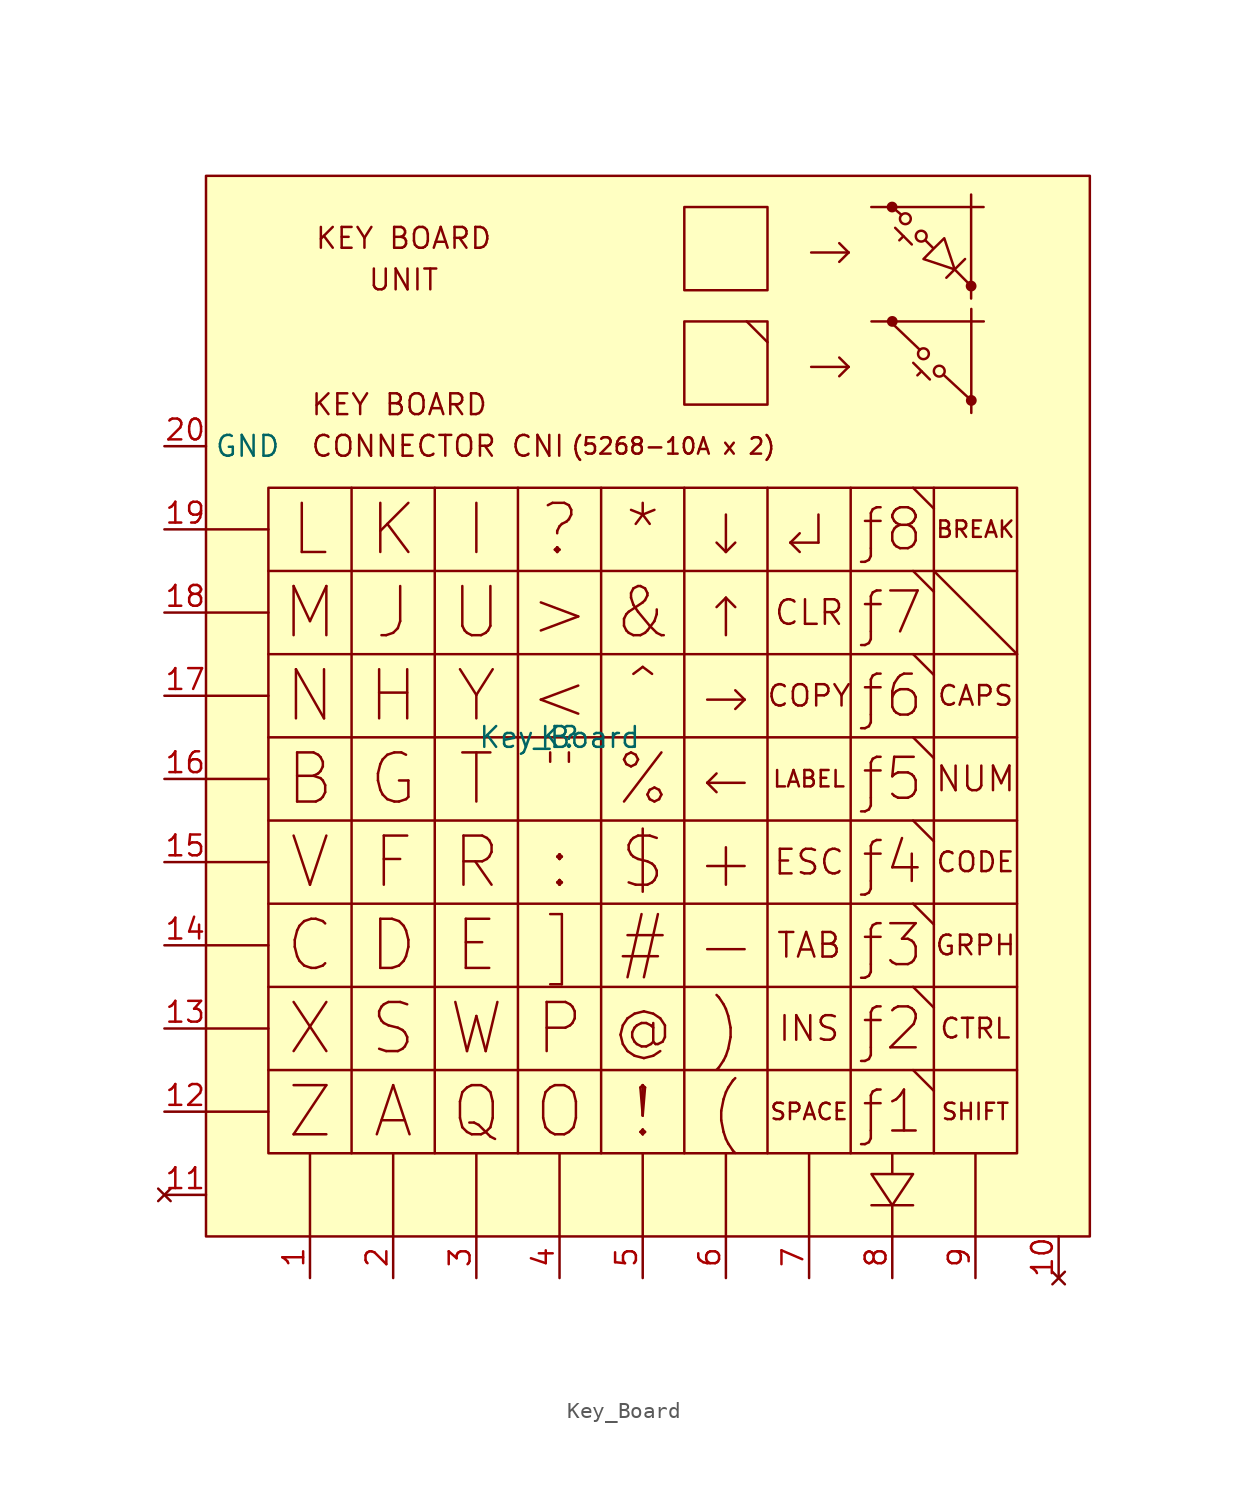
<source format=kicad_sym>
(kicad_symbol_lib
  (version 20211014)
  (generator kicad_symbol_editor)
  (symbol "Key_Board"
    (property "Reference" "K"
      (at 0 -1.27 0)
      (effects (font (size 1.27 1.27))))
    (property "Value" "Key_Board"
      (at 0 -1.27 0)
      (effects (font (size 1.27 1.27))))
    (symbol "Key_Board_0_0"
      (rectangle (start -21.59 33.02) (end 32.385 -31.75) (stroke (width 0) (type default) (color 0 0 0 0)) (fill (type background)))
      (polyline (pts (xy -21.59 -24.13) (xy -17.78 -24.13)) (stroke (width 0) (type default) (color 0 0 0 0)) (fill (type none)))
      (polyline (pts (xy -21.59 -19.05) (xy -17.78 -19.05)) (stroke (width 0) (type default) (color 0 0 0 0)) (fill (type none)))
      (polyline (pts (xy -21.59 -13.97) (xy -17.78 -13.97)) (stroke (width 0) (type default) (color 0 0 0 0)) (fill (type none)))
      (polyline (pts (xy -21.59 -8.89) (xy -17.78 -8.89)) (stroke (width 0) (type default) (color 0 0 0 0)) (fill (type none)))
      (polyline (pts (xy -21.59 -3.81) (xy -17.78 -3.81)) (stroke (width 0) (type default) (color 0 0 0 0)) (fill (type none)))
      (polyline (pts (xy -21.59 1.27) (xy -17.78 1.27)) (stroke (width 0) (type default) (color 0 0 0 0)) (fill (type none)))
      (polyline (pts (xy -21.59 6.35) (xy -17.78 6.35)) (stroke (width 0) (type default) (color 0 0 0 0)) (fill (type none)))
      (polyline (pts (xy -21.59 11.43) (xy -17.78 11.43)) (stroke (width 0) (type default) (color 0 0 0 0)) (fill (type none)))
      (polyline (pts (xy -15.24 -31.75) (xy -15.24 -26.67)) (stroke (width 0) (type default) (color 0 0 0 0)) (fill (type none)))
      (polyline (pts (xy -10.16 -31.75) (xy -10.16 -26.67)) (stroke (width 0) (type default) (color 0 0 0 0)) (fill (type none)))
      (polyline (pts (xy -5.08 -31.75) (xy -5.08 -26.67)) (stroke (width 0) (type default) (color 0 0 0 0)) (fill (type none)))
      (polyline (pts (xy 0 -31.75) (xy 0 -26.67)) (stroke (width 0) (type default) (color 0 0 0 0)) (fill (type none)))
      (polyline (pts (xy 5.08 -31.75) (xy 5.08 -26.67)) (stroke (width 0) (type default) (color 0 0 0 0)) (fill (type none)))
      (polyline (pts (xy 10.16 -31.75) (xy 10.16 -26.67)) (stroke (width 0) (type default) (color 0 0 0 0)) (fill (type none)))
      (polyline (pts (xy 11.43 24.13) (xy 12.7 22.86)) (stroke (width 0) (type default) (color 0 0 0 0)) (fill (type none)))
      (polyline (pts (xy 15.24 -31.75) (xy 15.24 -26.67)) (stroke (width 0) (type default) (color 0 0 0 0)) (fill (type none)))
      (polyline (pts (xy 19.039 31.115) (xy 25.897 31.115)) (stroke (width 0) (type default) (color 0 0 0 0)) (fill (type none)))
      (polyline (pts (xy 19.05 -29.845) (xy 21.59 -29.845)) (stroke (width 0) (type default) (color 0 0 0 0)) (fill (type none)))
      (polyline (pts (xy 19.05 24.13) (xy 25.908 24.13)) (stroke (width 0) (type default) (color 0 0 0 0)) (fill (type none)))
      (polyline (pts (xy 20.32 -29.845) (xy 20.32 -31.75)) (stroke (width 0) (type default) (color 0 0 0 0)) (fill (type none)))
      (polyline (pts (xy 20.32 24.003) (xy 22 22.4)) (stroke (width 0) (type default) (color 0 0 0 0)) (fill (type none)))
      (polyline (pts (xy 20.497 29.845) (xy 21.513 28.829)) (stroke (width 0) (type default) (color 0 0 0 0)) (fill (type none)))
      (polyline (pts (xy 20.88 30.64) (xy 20.309 31.115)) (stroke (width 0) (type default) (color 0 0 0 0)) (fill (type none)))
      (polyline (pts (xy 21.005 29.337) (xy 20.751 29.083)) (stroke (width 0) (type default) (color 0 0 0 0)) (fill (type none)))
      (polyline (pts (xy 21.59 -21.59) (xy 22.86 -22.86)) (stroke (width 0) (type default) (color 0 0 0 0)) (fill (type none)))
      (polyline (pts (xy 21.59 -16.51) (xy 22.86 -17.78)) (stroke (width 0) (type default) (color 0 0 0 0)) (fill (type none)))
      (polyline (pts (xy 21.59 -11.43) (xy 22.86 -12.7)) (stroke (width 0) (type default) (color 0 0 0 0)) (fill (type none)))
      (polyline (pts (xy 21.59 -6.35) (xy 22.86 -7.62)) (stroke (width 0) (type default) (color 0 0 0 0)) (fill (type none)))
      (polyline (pts (xy 21.59 -1.27) (xy 22.86 -2.54)) (stroke (width 0) (type default) (color 0 0 0 0)) (fill (type none)))
      (polyline (pts (xy 21.59 3.81) (xy 22.86 2.54)) (stroke (width 0) (type default) (color 0 0 0 0)) (fill (type none)))
      (polyline (pts (xy 21.59 8.89) (xy 22.86 7.62)) (stroke (width 0) (type default) (color 0 0 0 0)) (fill (type none)))
      (polyline (pts (xy 21.59 13.97) (xy 22.86 12.7)) (stroke (width 0) (type default) (color 0 0 0 0)) (fill (type none)))
      (polyline (pts (xy 21.6 21.6) (xy 22.616 20.584)) (stroke (width 0) (type default) (color 0 0 0 0)) (fill (type none)))
      (polyline (pts (xy 22.108 21.092) (xy 21.854 20.838)) (stroke (width 0) (type default) (color 0 0 0 0)) (fill (type none)))
      (polyline (pts (xy 22.86 8.89) (xy 27.94 3.81)) (stroke (width 0) (type default) (color 0 0 0 0)) (fill (type none)))
      (polyline (pts (xy 23.44 20.88) (xy 25.146 19.304)) (stroke (width 0) (type default) (color 0 0 0 0)) (fill (type none)))
      (polyline (pts (xy 24.13 27.305) (xy 25.135 26.289)) (stroke (width 0) (type default) (color 0 0 0 0)) (fill (type none)))
      (polyline (pts (xy 24.765 27.94) (xy 23.622 26.797)) (stroke (width 0) (type default) (color 0 0 0 0)) (fill (type none)))
      (polyline (pts (xy 25.135 31.877) (xy 25.135 25.527)) (stroke (width 0) (type default) (color 0 0 0 0)) (fill (type none)))
      (polyline (pts (xy 25.146 24.892) (xy 25.146 18.542)) (stroke (width 0) (type default) (color 0 0 0 0)) (fill (type none)))
      (polyline (pts (xy 25.4 -31.75) (xy 25.4 -26.67)) (stroke (width 0) (type default) (color 0 0 0 0)) (fill (type none)))
      (polyline (pts (xy 20.32 -26.67) (xy 20.32 -27.94) (xy 19.05 -27.94) (xy 20.32 -29.845) (xy 21.59 -27.94) (xy 20.32 -27.94)) (stroke (width 0) (type default) (color 0 0 0 0)) (fill (type none)))
      (polyline (pts (xy 22.341 29.083) (xy 22.849 28.575) (xy 22.225 27.94) (xy 24.13 27.305) (xy 23.495 29.21) (xy 22.849 28.575)) (stroke (width 0) (type default) (color 0 0 0 0)) (fill (type none)))
      (rectangle (start 7.62 24.13) (end 12.7 19.05) (stroke (width 0) (type default) (color 0 0 0 0)) (fill (type none)))
      (rectangle (start 7.62 31.115) (end 12.7 26.035) (stroke (width 0) (type default) (color 0 0 0 0)) (fill (type none)))
      (circle (center 20.309 31.115) (radius 0.254) (stroke (width 0) (type default) (color 0 0 0 0)) (fill (type outline)))
      (circle (center 20.32 24.13) (radius 0.254) (stroke (width 0) (type default) (color 0 0 0 0)) (fill (type outline)))
      (circle (center 21.12 30.4) (radius 0.33) (stroke (width 0) (type default) (color 0 0 0 0)) (fill (type none)))
      (circle (center 22.087 29.337) (radius 0.33) (stroke (width 0) (type default) (color 0 0 0 0)) (fill (type none)))
      (circle (center 22.223 22.155) (radius 0.33) (stroke (width 0) (type default) (color 0 0 0 0)) (fill (type none)))
      (circle (center 23.19 21.092) (radius 0.33) (stroke (width 0) (type default) (color 0 0 0 0)) (fill (type none)))
      (circle (center 25.135 26.289) (radius 0.254) (stroke (width 0) (type default) (color 0 0 0 0)) (fill (type outline)))
      (circle (center 25.146 19.304) (radius 0.254) (stroke (width 0) (type default) (color 0 0 0 0)) (fill (type outline)))
      (text "!" (at 5.08 -24.13 0) (effects (font (size 3 3))))
      (text "\"" (at 0 -3.81 0) (effects (font (size 3 3))))
      (text "#" (at 5.08 -13.97 0) (effects (font (size 3 3))))
      (text "$" (at 5.08 -8.89 0) (effects (font (size 3 3))))
      (text "%" (at 5.08 -3.81 0) (effects (font (size 3 3))))
      (text "&" (at 5.08 6.35 0) (effects (font (size 3 3))))
      (text "(" (at 10.16 -24.13 0) (effects (font (size 3 3))))
      (text "(5268-10A x 2)" (at 0.635 16.51 0) (effects (font (size 1 1)) (justify left)))
      (text ")" (at 10.16 -19.05 0) (effects (font (size 3 3))))
      (text "*" (at 5.08 11.43 0) (effects (font (size 3 3))))
      (text "+" (at 10.16 -8.89 0) (effects (font (size 3 3))))
      (text "-" (at 10.16 -13.97 0) (effects (font (size 3 3))))
      (text ":" (at 0 -8.89 0) (effects (font (size 3 3))))
      (text "<" (at 0 1.27 0) (effects (font (size 3 3))))
      (text ">" (at 0 6.35 0) (effects (font (size 3 3))))
      (text "?" (at 0 11.43 0) (effects (font (size 3 3))))
      (text "@" (at 5.08 -19.05 0) (effects (font (size 3 3))))
      (text "]" (at 0 -13.97 0) (effects (font (size 3 3))))
      (text "^" (at 5.08 1.27 0) (effects (font (size 3 3))))
      (text "A" (at -10.16 -24.13 0) (effects (font (size 3 3))))
      (text "B" (at -15.24 -3.81 0) (effects (font (size 3 3))))
      (text "BREAK" (at 25.4 11.43 0) (effects (font (size 1 1))))
      (text "C" (at -15.24 -13.97 0) (effects (font (size 3 3))))
      (text "CAPS" (at 25.4 1.27 0) (effects (font (size 1.2 1.2))))
      (text "CLR" (at 15.24 6.35 0) (effects (font (size 1.5 1.5))))
      (text "CODE" (at 25.4 -8.89 0) (effects (font (size 1.2 1.2))))
      (text "CONNECTOR CNI" (at -15.24 16.51 0) (effects (font (size 1.27 1.27)) (justify left)))
      (text "COPY" (at 15.24 1.27 0) (effects (font (size 1.3 1.3))))
      (text "CTRL" (at 25.4 -19.05 0) (effects (font (size 1.2 1.2))))
      (text "D" (at -10.16 -13.97 0) (effects (font (size 3 3))))
      (text "E" (at -5.08 -13.97 0) (effects (font (size 3 3))))
      (text "ESC" (at 15.24 -8.89 0) (effects (font (size 1.5 1.5))))
      (text "F" (at -10.16 -8.89 0) (effects (font (size 3 3))))
      (text "G" (at -10.16 -3.81 0) (effects (font (size 3 3))))
      (text "GRPH" (at 25.4 -13.97 0) (effects (font (size 1.2 1.2))))
      (text "H" (at -10.16 1.27 0) (effects (font (size 3 3))))
      (text "I" (at -5.08 11.43 0) (effects (font (size 3 3))))
      (text "INS" (at 15.24 -19.05 0) (effects (font (size 1.5 1.5))))
      (text "J" (at -10.16 6.35 0) (effects (font (size 3 3))))
      (text "K" (at -10.16 11.43 0) (effects (font (size 3 3))))
      (text "KEY BOARD" (at -15.24 19.05 0) (effects (font (size 1.27 1.27)) (justify left)))
      (text "KEY BOARD" (at -9.525 29.21 0) (effects (font (size 1.27 1.27))))
      (text "L" (at -15.24 11.43 0) (effects (font (size 3 3))))
      (text "LABEL" (at 15.24 -3.81 0) (effects (font (size 1 1))))
      (text "M" (at -15.24 6.35 0) (effects (font (size 3 3))))
      (text "N" (at -15.24 1.27 0) (effects (font (size 3 3))))
      (text "NUM" (at 25.4 -3.81 0) (effects (font (size 1.5 1.5))))
      (text "O" (at 0 -24.13 0) (effects (font (size 3 3))))
      (text "P" (at 0 -19.05 0) (effects (font (size 3 3))))
      (text "Q" (at -5.08 -24.13 0) (effects (font (size 3 3))))
      (text "R" (at -5.08 -8.89 0) (effects (font (size 3 3))))
      (text "S" (at -10.16 -19.05 0) (effects (font (size 3 3))))
      (text "SHIFT" (at 25.4 -24.13 0) (effects (font (size 1 1))))
      (text "SPACE" (at 15.24 -24.13 0) (effects (font (size 1 1))))
      (text "T" (at -5.08 -3.81 0) (effects (font (size 3 3))))
      (text "TAB" (at 15.24 -13.97 0) (effects (font (size 1.5 1.5))))
      (text "U" (at -5.08 6.35 0) (effects (font (size 3 3))))
      (text "UNIT" (at -9.525 26.67 0) (effects (font (size 1.27 1.27))))
      (text "V" (at -15.24 -8.89 0) (effects (font (size 3 3))))
      (text "W" (at -5.08 -19.05 0) (effects (font (size 3 3))))
      (text "X" (at -15.24 -19.05 0) (effects (font (size 3 3))))
      (text "Y" (at -5.08 1.27 0) (effects (font (size 3 3))))
      (text "Z" (at -15.24 -24.13 0) (effects (font (size 3 3))))
      (text "ƒ1" (at 20.32 -24.13 0) (effects (font (size 2.5 2.5))))
      (text "ƒ2" (at 20.32 -19.05 0) (effects (font (size 2.5 2.5))))
      (text "ƒ3" (at 20.32 -13.97 0) (effects (font (size 2.5 2.5))))
      (text "ƒ4" (at 20.32 -8.89 0) (effects (font (size 2.5 2.5))))
      (text "ƒ5" (at 20.32 -3.81 0) (effects (font (size 2.5 2.5))))
      (text "ƒ6" (at 20.32 1.27 0) (effects (font (size 2.5 2.5))))
      (text "ƒ7" (at 20.32 6.35 0) (effects (font (size 2.5 2.5))))
      (text "ƒ8" (at 20.32 11.43 0) (effects (font (size 2.5 2.5))))
      (text "←" (at 10.16 -3.81 0) (effects (font (size 3 3))))
      (text "↑" (at 10.16 6.35 0) (effects (font (size 3 3))))
      (text "→" (at 10.16 1.27 0) (effects (font (size 3 3))))
      (text "→" (at 16.51 21.59 0) (effects (font (size 3 3))))
      (text "→" (at 16.51 28.575 0) (effects (font (size 3 3))))
      (text "↓" (at 10.16 11.43 0) (effects (font (size 3 3))))
      (text "↲" (at 15.24 11.43 0) (effects (font (size 3 3)))))
    (symbol "Key_Board_0_1"
      (polyline (pts (xy -17.78 -21.59) (xy 27.94 -21.59)) (stroke (width 0) (type default) (color 0 0 0 0)) (fill (type none)))
      (polyline (pts (xy -17.78 -16.51) (xy 27.94 -16.51)) (stroke (width 0) (type default) (color 0 0 0 0)) (fill (type none)))
      (polyline (pts (xy -17.78 -11.43) (xy 27.94 -11.43)) (stroke (width 0) (type default) (color 0 0 0 0)) (fill (type none)))
      (polyline (pts (xy -17.78 -6.35) (xy 27.94 -6.35)) (stroke (width 0) (type default) (color 0 0 0 0)) (fill (type none)))
      (polyline (pts (xy -17.78 -1.27) (xy 27.94 -1.27)) (stroke (width 0) (type default) (color 0 0 0 0)) (fill (type none)))
      (polyline (pts (xy -17.78 3.81) (xy 27.94 3.81)) (stroke (width 0) (type default) (color 0 0 0 0)) (fill (type none)))
      (polyline (pts (xy -17.78 8.89) (xy 27.94 8.89)) (stroke (width 0) (type default) (color 0 0 0 0)) (fill (type none)))
      (polyline (pts (xy -12.7 13.97) (xy -12.7 -26.67)) (stroke (width 0) (type default) (color 0 0 0 0)) (fill (type none)))
      (polyline (pts (xy -7.62 13.97) (xy -7.62 -26.67)) (stroke (width 0) (type default) (color 0 0 0 0)) (fill (type none)))
      (polyline (pts (xy -2.54 13.97) (xy -2.54 -26.67)) (stroke (width 0) (type default) (color 0 0 0 0)) (fill (type none)))
      (polyline (pts (xy 2.54 13.97) (xy 2.54 -26.67)) (stroke (width 0) (type default) (color 0 0 0 0)) (fill (type none)))
      (polyline (pts (xy 7.62 13.97) (xy 7.62 -26.67)) (stroke (width 0) (type default) (color 0 0 0 0)) (fill (type none)))
      (polyline (pts (xy 12.7 13.97) (xy 12.7 -26.67)) (stroke (width 0) (type default) (color 0 0 0 0)) (fill (type none)))
      (polyline (pts (xy 17.78 13.97) (xy 17.78 -26.67)) (stroke (width 0) (type default) (color 0 0 0 0)) (fill (type none)))
      (polyline (pts (xy 22.86 13.97) (xy 22.86 -26.67)) (stroke (width 0) (type default) (color 0 0 0 0)) (fill (type none)))
      (polyline (pts (xy -17.78 13.97) (xy 27.94 13.97) (xy 27.94 -26.67) (xy -17.78 -26.67) (xy -17.78 13.97)) (stroke (width 0) (type default) (color 0 0 0 0)) (fill (type none))))
    (symbol "Key_Board_1_1"
      (pin passive line (at -15.24 -34.29 90) (length 2.54) (name "" (effects (font (size 1.27 1.27)))) (number "1" (effects (font (size 1.27 1.27)))))
      (pin no_connect line (at 30.48 -34.29 90) (length 2.54) (name "" (effects (font (size 1.27 1.27)))) (number "10" (effects (font (size 1.27 1.27)))))
      (pin no_connect line (at -24.13 -29.21 0) (length 2.54) (name "" (effects (font (size 1.27 1.27)))) (number "11" (effects (font (size 1.27 1.27)))))
      (pin passive line (at -24.13 -24.13 0) (length 2.54) (name "" (effects (font (size 1.27 1.27)))) (number "12" (effects (font (size 1.27 1.27)))))
      (pin passive line (at -24.13 -19.05 0) (length 2.54) (name "" (effects (font (size 1.27 1.27)))) (number "13" (effects (font (size 1.27 1.27)))))
      (pin passive line (at -24.13 -13.97 0) (length 2.54) (name "" (effects (font (size 1.27 1.27)))) (number "14" (effects (font (size 1.27 1.27)))))
      (pin passive line (at -24.13 -8.89 0) (length 2.54) (name "" (effects (font (size 1.27 1.27)))) (number "15" (effects (font (size 1.27 1.27)))))
      (pin passive line (at -24.13 -3.81 0) (length 2.54) (name "" (effects (font (size 1.27 1.27)))) (number "16" (effects (font (size 1.27 1.27)))))
      (pin passive line (at -24.13 1.27 0) (length 2.54) (name "" (effects (font (size 1.27 1.27)))) (number "17" (effects (font (size 1.27 1.27)))))
      (pin passive line (at -24.13 6.35 0) (length 2.54) (name "" (effects (font (size 1.27 1.27)))) (number "18" (effects (font (size 1.27 1.27)))))
      (pin passive line (at -24.13 11.43 0) (length 2.54) (name "" (effects (font (size 1.27 1.27)))) (number "19" (effects (font (size 1.27 1.27)))))
      (pin passive line (at -10.16 -34.29 90) (length 2.54) (name "" (effects (font (size 1.27 1.27)))) (number "2" (effects (font (size 1.27 1.27)))))
      (pin passive line (at -24.13 16.51 0) (length 2.54) (name "GND" (effects (font (size 1.27 1.27)))) (number "20" (effects (font (size 1.27 1.27)))))
      (pin passive line (at -5.08 -34.29 90) (length 2.54) (name "" (effects (font (size 1.27 1.27)))) (number "3" (effects (font (size 1.27 1.27)))))
      (pin passive line (at 0 -34.29 90) (length 2.54) (name "" (effects (font (size 1.27 1.27)))) (number "4" (effects (font (size 1.27 1.27)))))
      (pin passive line (at 5.08 -34.29 90) (length 2.54) (name "" (effects (font (size 1.27 1.27)))) (number "5" (effects (font (size 1.27 1.27)))))
      (pin passive line (at 10.16 -34.29 90) (length 2.54) (name "" (effects (font (size 1.27 1.27)))) (number "6" (effects (font (size 1.27 1.27)))))
      (pin passive line (at 15.24 -34.29 90) (length 2.54) (name "" (effects (font (size 1.27 1.27)))) (number "7" (effects (font (size 1.27 1.27)))))
      (pin passive line (at 20.32 -34.29 90) (length 2.54) (name "" (effects (font (size 1.27 1.27)))) (number "8" (effects (font (size 1.27 1.27)))))
      (pin passive line (at 25.4 -34.29 90) (length 2.54) (name "" (effects (font (size 1.27 1.27)))) (number "9" (effects (font (size 1.27 1.27))))))))
</source>
